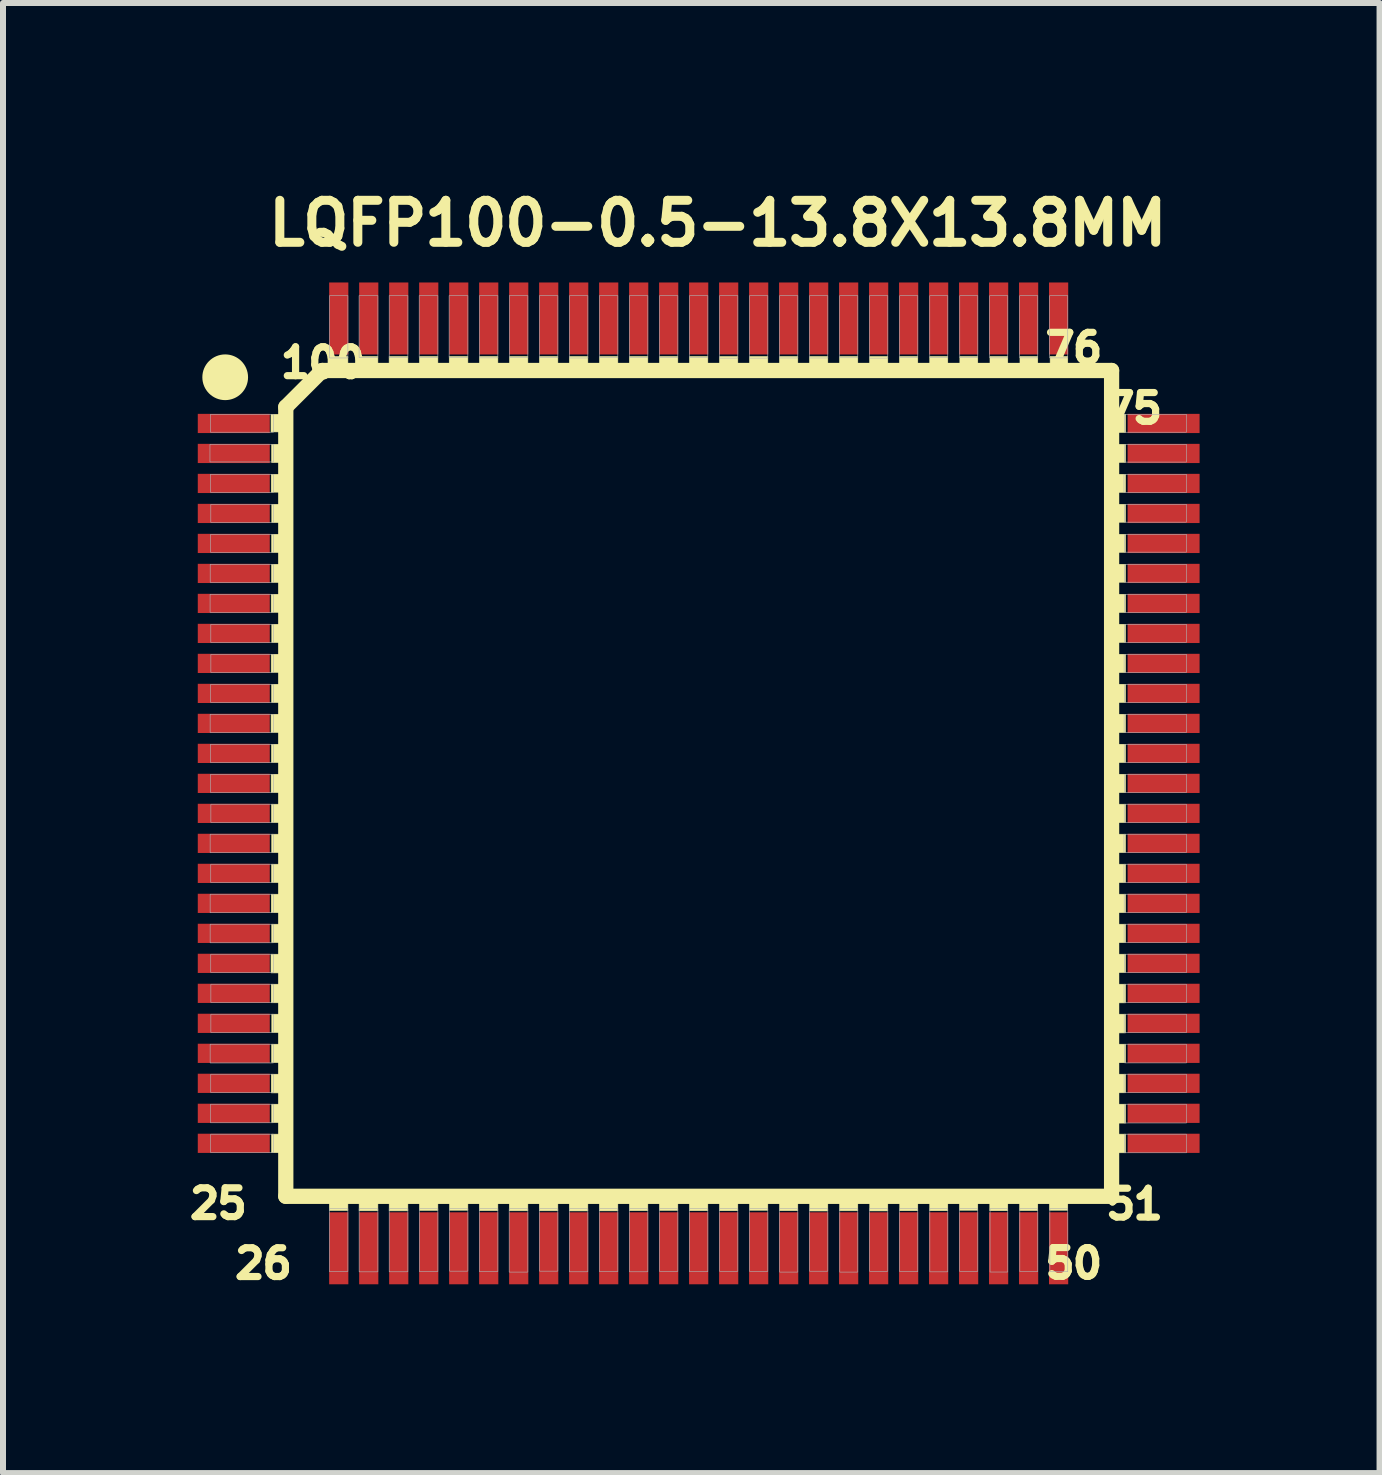
<source format=kicad_pcb>
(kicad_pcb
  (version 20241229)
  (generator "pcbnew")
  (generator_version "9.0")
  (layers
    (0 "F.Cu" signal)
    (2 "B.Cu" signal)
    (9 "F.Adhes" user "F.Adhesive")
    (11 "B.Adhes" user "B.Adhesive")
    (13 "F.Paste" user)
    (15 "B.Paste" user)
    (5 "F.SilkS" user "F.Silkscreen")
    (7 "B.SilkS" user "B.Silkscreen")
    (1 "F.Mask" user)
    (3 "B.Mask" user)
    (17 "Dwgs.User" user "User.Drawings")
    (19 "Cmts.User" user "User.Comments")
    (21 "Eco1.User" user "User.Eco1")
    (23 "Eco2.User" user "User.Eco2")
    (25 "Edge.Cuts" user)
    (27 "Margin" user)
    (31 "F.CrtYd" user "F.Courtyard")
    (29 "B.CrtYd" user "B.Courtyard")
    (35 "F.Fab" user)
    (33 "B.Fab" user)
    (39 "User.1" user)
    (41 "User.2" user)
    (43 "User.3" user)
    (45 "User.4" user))
  (footprint "LQFP100-0.5-13.8X13.8MM"
    (layer "F.Cu")
    (at 8.597 10.009)
    (property "Reference" "LQFP100-0.5-13.8X13.8MM" (at 0.318 -9.336 0) (layer "F.SilkS") (effects (font (size 0.7 0.7) (thickness 0.15))))
    (attr smd)
    (fp_line (start -6.883 -6.274) (end -6.274 -6.883) (stroke (width 0.254) (type solid)) (layer "F.SilkS"))
    (fp_line (start -6.883 6.883) (end -6.883 -6.274) (stroke (width 0.254) (type solid)) (layer "F.SilkS"))
    (fp_line (start -6.274 -6.883) (end 6.883 -6.883) (stroke (width 0.254) (type solid)) (layer "F.SilkS"))
    (fp_line (start 6.883 -6.883) (end 6.883 6.883) (stroke (width 0.254) (type solid)) (layer "F.SilkS"))
    (fp_line (start 6.883 6.883) (end -6.883 6.883) (stroke (width 0.254) (type solid)) (layer "F.SilkS"))
    (fp_circle (center -7.893 -6.77) (end -7.512 -6.77) (stroke (width 0) (type solid)) (fill yes) (layer "F.SilkS"))
    (fp_poly (pts (xy -7.129 2.848) (xy -6.861 2.848) (xy -6.861 3.159) (xy -7.129 3.159)) (stroke (width 0.01) (type solid)) (fill yes) (layer "F.SilkS"))
    (fp_poly (pts (xy -7.129 -6.152) (xy -6.861 -6.152) (xy -6.861 -5.859) (xy -7.129 -5.859)) (stroke (width 0.01) (type solid)) (fill yes) (layer "F.SilkS"))
    (fp_poly (pts (xy -7.128 -1.152) (xy -6.861 -1.152) (xy -6.861 -0.849) (xy -7.128 -0.849)) (stroke (width 0.01) (type solid)) (fill yes) (layer "F.SilkS"))
    (fp_poly (pts (xy -7.127 -0.152) (xy -6.861 -0.152) (xy -6.861 0.153) (xy -7.127 0.153)) (stroke (width 0.01) (type solid)) (fill yes) (layer "F.SilkS"))
    (fp_poly (pts (xy -7.126 -2.152) (xy -6.861 -2.152) (xy -6.861 -1.851) (xy -7.126 -1.851)) (stroke (width 0.01) (type solid)) (fill yes) (layer "F.SilkS"))
    (fp_poly (pts (xy -7.126 -3.152) (xy -6.861 -3.152) (xy -6.861 -2.852) (xy -7.126 -2.852)) (stroke (width 0.01) (type solid)) (fill yes) (layer "F.SilkS"))
    (fp_poly (pts (xy -7.125 -5.152) (xy -6.861 -5.152) (xy -6.861 -4.855) (xy -7.125 -4.855)) (stroke (width 0.01) (type solid)) (fill yes) (layer "F.SilkS"))
    (fp_poly (pts (xy -7.125 3.348) (xy -6.861 3.348) (xy -6.861 3.657) (xy -7.125 3.657)) (stroke (width 0.01) (type solid)) (fill yes) (layer "F.SilkS"))
    (fp_poly (pts (xy -7.124 4.848) (xy -6.861 4.848) (xy -6.861 5.159) (xy -7.124 5.159)) (stroke (width 0.01) (type solid)) (fill yes) (layer "F.SilkS"))
    (fp_poly (pts (xy -7.124 1.848) (xy -6.861 1.848) (xy -6.861 2.155) (xy -7.124 2.155)) (stroke (width 0.01) (type solid)) (fill yes) (layer "F.SilkS"))
    (fp_poly (pts (xy -7.121 -0.652) (xy -6.861 -0.652) (xy -6.861 -0.348) (xy -7.121 -0.348)) (stroke (width 0.01) (type solid)) (fill yes) (layer "F.SilkS"))
    (fp_poly (pts (xy -7.12 0.348) (xy -6.861 0.348) (xy -6.861 0.653) (xy -7.12 0.653)) (stroke (width 0.01) (type solid)) (fill yes) (layer "F.SilkS"))
    (fp_poly (pts (xy -7.119 1.348) (xy -6.861 1.348) (xy -6.861 1.653) (xy -7.119 1.653)) (stroke (width 0.01) (type solid)) (fill yes) (layer "F.SilkS"))
    (fp_poly (pts (xy -7.119 -3.652) (xy -6.861 -3.652) (xy -6.861 -3.35) (xy -7.119 -3.35)) (stroke (width 0.01) (type solid)) (fill yes) (layer "F.SilkS"))
    (fp_poly (pts (xy -7.119 5.848) (xy -6.861 5.848) (xy -6.861 6.156) (xy -7.119 6.156)) (stroke (width 0.01) (type solid)) (fill yes) (layer "F.SilkS"))
    (fp_poly (pts (xy -7.118 -1.652) (xy -6.861 -1.652) (xy -6.861 -1.348) (xy -7.118 -1.348)) (stroke (width 0.01) (type solid)) (fill yes) (layer "F.SilkS"))
    (fp_poly (pts (xy -7.118 -4.152) (xy -6.861 -4.152) (xy -6.861 -3.849) (xy -7.118 -3.849)) (stroke (width 0.01) (type solid)) (fill yes) (layer "F.SilkS"))
    (fp_poly (pts (xy -7.118 4.348) (xy -6.861 4.348) (xy -6.861 4.654) (xy -7.118 4.654)) (stroke (width 0.01) (type solid)) (fill yes) (layer "F.SilkS"))
    (fp_poly (pts (xy -7.118 -5.652) (xy -6.861 -5.652) (xy -6.861 -5.349) (xy -7.118 -5.349)) (stroke (width 0.01) (type solid)) (fill yes) (layer "F.SilkS"))
    (fp_poly (pts (xy -7.117 0.848) (xy -6.861 0.848) (xy -6.861 1.153) (xy -7.117 1.153)) (stroke (width 0.01) (type solid)) (fill yes) (layer "F.SilkS"))
    (fp_poly (pts (xy -7.117 2.348) (xy -6.861 2.348) (xy -6.861 2.653) (xy -7.117 2.653)) (stroke (width 0.01) (type solid)) (fill yes) (layer "F.SilkS"))
    (fp_poly (pts (xy -7.117 5.348) (xy -6.861 5.348) (xy -6.861 5.654) (xy -7.117 5.654)) (stroke (width 0.01) (type solid)) (fill yes) (layer "F.SilkS"))
    (fp_poly (pts (xy -7.116 -2.652) (xy -6.861 -2.652) (xy -6.861 -2.348) (xy -7.116 -2.348)) (stroke (width 0.01) (type solid)) (fill yes) (layer "F.SilkS"))
    (fp_poly (pts (xy -7.116 3.848) (xy -6.861 3.848) (xy -6.861 4.153) (xy -7.116 4.153)) (stroke (width 0.01) (type solid)) (fill yes) (layer "F.SilkS"))
    (fp_poly (pts (xy -7.116 -4.652) (xy -6.861 -4.652) (xy -6.861 -4.348) (xy -7.116 -4.348)) (stroke (width 0.01) (type solid)) (fill yes) (layer "F.SilkS"))
    (fp_poly (pts (xy -6.162 -7.115) (xy -5.848 -7.115) (xy -5.848 -6.872) (xy -6.162 -6.872)) (stroke (width 0.01) (type solid)) (fill yes) (layer "F.SilkS"))
    (fp_poly (pts (xy -6.156 6.861) (xy -5.848 6.861) (xy -5.848 7.119) (xy -6.156 7.119)) (stroke (width 0.01) (type solid)) (fill yes) (layer "F.SilkS"))
    (fp_poly (pts (xy -5.663 -7.115) (xy -5.348 -7.115) (xy -5.348 -6.874) (xy -5.663 -6.874)) (stroke (width 0.01) (type solid)) (fill yes) (layer "F.SilkS"))
    (fp_poly (pts (xy -5.66 6.861) (xy -5.348 6.861) (xy -5.348 7.124) (xy -5.66 7.124)) (stroke (width 0.01) (type solid)) (fill yes) (layer "F.SilkS"))
    (fp_poly (pts (xy -5.16 -7.115) (xy -4.848 -7.115) (xy -4.848 -6.872) (xy -5.16 -6.872)) (stroke (width 0.01) (type solid)) (fill yes) (layer "F.SilkS"))
    (fp_poly (pts (xy -5.159 6.861) (xy -4.848 6.861) (xy -4.848 7.125) (xy -5.159 7.125)) (stroke (width 0.01) (type solid)) (fill yes) (layer "F.SilkS"))
    (fp_poly (pts (xy -4.654 6.861) (xy -4.348 6.861) (xy -4.348 7.117) (xy -4.654 7.117)) (stroke (width 0.01) (type solid)) (fill yes) (layer "F.SilkS"))
    (fp_poly (pts (xy -4.654 -7.115) (xy -4.348 -7.115) (xy -4.348 -6.863) (xy -4.654 -6.863)) (stroke (width 0.01) (type solid)) (fill yes) (layer "F.SilkS"))
    (fp_poly (pts (xy -4.158 -7.115) (xy -3.848 -7.115) (xy -3.848 -6.87) (xy -4.158 -6.87)) (stroke (width 0.01) (type solid)) (fill yes) (layer "F.SilkS"))
    (fp_poly (pts (xy -4.153 6.861) (xy -3.848 6.861) (xy -3.848 7.115) (xy -4.153 7.115)) (stroke (width 0.01) (type solid)) (fill yes) (layer "F.SilkS"))
    (fp_poly (pts (xy -3.656 6.861) (xy -3.348 6.861) (xy -3.348 7.121) (xy -3.656 7.121)) (stroke (width 0.01) (type solid)) (fill yes) (layer "F.SilkS"))
    (fp_poly (pts (xy -3.654 -7.115) (xy -3.348 -7.115) (xy -3.348 -6.864) (xy -3.654 -6.864)) (stroke (width 0.01) (type solid)) (fill yes) (layer "F.SilkS"))
    (fp_poly (pts (xy -3.156 6.861) (xy -2.848 6.861) (xy -2.848 7.124) (xy -3.156 7.124)) (stroke (width 0.01) (type solid)) (fill yes) (layer "F.SilkS"))
    (fp_poly (pts (xy -3.153 -7.115) (xy -2.848 -7.115) (xy -2.848 -6.862) (xy -3.153 -6.862)) (stroke (width 0.01) (type solid)) (fill yes) (layer "F.SilkS"))
    (fp_poly (pts (xy -2.656 6.861) (xy -2.348 6.861) (xy -2.348 7.124) (xy -2.656 7.124)) (stroke (width 0.01) (type solid)) (fill yes) (layer "F.SilkS"))
    (fp_poly (pts (xy -2.654 -7.115) (xy -2.348 -7.115) (xy -2.348 -6.864) (xy -2.654 -6.864)) (stroke (width 0.01) (type solid)) (fill yes) (layer "F.SilkS"))
    (fp_poly (pts (xy -2.156 6.861) (xy -1.848 6.861) (xy -1.848 7.127) (xy -2.156 7.127)) (stroke (width 0.01) (type solid)) (fill yes) (layer "F.SilkS"))
    (fp_poly (pts (xy -2.155 -7.115) (xy -1.848 -7.115) (xy -1.848 -6.871) (xy -2.155 -6.871)) (stroke (width 0.01) (type solid)) (fill yes) (layer "F.SilkS"))
    (fp_poly (pts (xy -1.655 6.861) (xy -1.348 6.861) (xy -1.348 7.126) (xy -1.655 7.126)) (stroke (width 0.01) (type solid)) (fill yes) (layer "F.SilkS"))
    (fp_poly (pts (xy -1.653 -7.115) (xy -1.348 -7.115) (xy -1.348 -6.865) (xy -1.653 -6.865)) (stroke (width 0.01) (type solid)) (fill yes) (layer "F.SilkS"))
    (fp_poly (pts (xy -1.155 -7.115) (xy -0.848 -7.115) (xy -0.848 -6.874) (xy -1.155 -6.874)) (stroke (width 0.01) (type solid)) (fill yes) (layer "F.SilkS"))
    (fp_poly (pts (xy -1.154 6.861) (xy -0.848 6.861) (xy -0.848 7.122) (xy -1.154 7.122)) (stroke (width 0.01) (type solid)) (fill yes) (layer "F.SilkS"))
    (fp_poly (pts (xy -0.653 -7.115) (xy -0.348 -7.115) (xy -0.348 -6.864) (xy -0.653 -6.864)) (stroke (width 0.01) (type solid)) (fill yes) (layer "F.SilkS"))
    (fp_poly (pts (xy -0.653 6.861) (xy -0.348 6.861) (xy -0.348 7.117) (xy -0.653 7.117)) (stroke (width 0.01) (type solid)) (fill yes) (layer "F.SilkS"))
    (fp_poly (pts (xy -0.153 -7.115) (xy 0.152 -7.115) (xy 0.152 -6.873) (xy -0.153 -6.873)) (stroke (width 0.01) (type solid)) (fill yes) (layer "F.SilkS"))
    (fp_poly (pts (xy -0.153 6.861) (xy 0.152 6.861) (xy 0.152 7.122) (xy -0.153 7.122)) (stroke (width 0.01) (type solid)) (fill yes) (layer "F.SilkS"))
    (fp_poly (pts (xy 0.348 6.861) (xy 0.652 6.861) (xy 0.652 7.123) (xy 0.348 7.123)) (stroke (width 0.01) (type solid)) (fill yes) (layer "F.SilkS"))
    (fp_poly (pts (xy 0.348 -7.115) (xy 0.652 -7.115) (xy 0.652 -6.874) (xy 0.348 -6.874)) (stroke (width 0.01) (type solid)) (fill yes) (layer "F.SilkS"))
    (fp_poly (pts (xy 0.848 6.861) (xy 1.152 6.861) (xy 1.152 7.116) (xy 0.848 7.116)) (stroke (width 0.01) (type solid)) (fill yes) (layer "F.SilkS"))
    (fp_poly (pts (xy 0.848 -7.115) (xy 1.152 -7.115) (xy 1.152 -6.864) (xy 0.848 -6.864)) (stroke (width 0.01) (type solid)) (fill yes) (layer "F.SilkS"))
    (fp_poly (pts (xy 1.348 -7.115) (xy 1.652 -7.115) (xy 1.652 -6.862) (xy 1.348 -6.862)) (stroke (width 0.01) (type solid)) (fill yes) (layer "F.SilkS"))
    (fp_poly (pts (xy 1.349 6.861) (xy 1.652 6.861) (xy 1.652 7.122) (xy 1.349 7.122)) (stroke (width 0.01) (type solid)) (fill yes) (layer "F.SilkS"))
    (fp_poly (pts (xy 1.848 -7.115) (xy 2.152 -7.115) (xy 2.152 -6.863) (xy 1.848 -6.863)) (stroke (width 0.01) (type solid)) (fill yes) (layer "F.SilkS"))
    (fp_poly (pts (xy 1.851 6.861) (xy 2.152 6.861) (xy 2.152 7.128) (xy 1.851 7.128)) (stroke (width 0.01) (type solid)) (fill yes) (layer "F.SilkS"))
    (fp_poly (pts (xy 2.349 -7.115) (xy 2.652 -7.115) (xy 2.652 -6.865) (xy 2.349 -6.865)) (stroke (width 0.01) (type solid)) (fill yes) (layer "F.SilkS"))
    (fp_poly (pts (xy 2.35 6.861) (xy 2.652 6.861) (xy 2.652 7.124) (xy 2.35 7.124)) (stroke (width 0.01) (type solid)) (fill yes) (layer "F.SilkS"))
    (fp_poly (pts (xy 2.85 -7.115) (xy 3.152 -7.115) (xy 3.152 -6.867) (xy 2.85 -6.867)) (stroke (width 0.01) (type solid)) (fill yes) (layer "F.SilkS"))
    (fp_poly (pts (xy 2.852 6.861) (xy 3.152 6.861) (xy 3.152 7.127) (xy 2.852 7.127)) (stroke (width 0.01) (type solid)) (fill yes) (layer "F.SilkS"))
    (fp_poly (pts (xy 3.348 -7.115) (xy 3.652 -7.115) (xy 3.652 -6.863) (xy 3.348 -6.863)) (stroke (width 0.01) (type solid)) (fill yes) (layer "F.SilkS"))
    (fp_poly (pts (xy 3.352 6.861) (xy 3.652 6.861) (xy 3.652 7.123) (xy 3.352 7.123)) (stroke (width 0.01) (type solid)) (fill yes) (layer "F.SilkS"))
    (fp_poly (pts (xy 3.852 6.861) (xy 4.152 6.861) (xy 4.152 7.123) (xy 3.852 7.123)) (stroke (width 0.01) (type solid)) (fill yes) (layer "F.SilkS"))
    (fp_poly (pts (xy 3.852 -7.115) (xy 4.152 -7.115) (xy 4.152 -6.869) (xy 3.852 -6.869)) (stroke (width 0.01) (type solid)) (fill yes) (layer "F.SilkS"))
    (fp_poly (pts (xy 4.348 6.861) (xy 4.652 6.861) (xy 4.652 7.115) (xy 4.348 7.115)) (stroke (width 0.01) (type solid)) (fill yes) (layer "F.SilkS"))
    (fp_poly (pts (xy 4.354 -7.115) (xy 4.652 -7.115) (xy 4.652 -6.871) (xy 4.354 -6.871)) (stroke (width 0.01) (type solid)) (fill yes) (layer "F.SilkS"))
    (fp_poly (pts (xy 4.853 6.861) (xy 5.152 6.861) (xy 5.152 7.123) (xy 4.853 7.123)) (stroke (width 0.01) (type solid)) (fill yes) (layer "F.SilkS"))
    (fp_poly (pts (xy 4.856 -7.115) (xy 5.152 -7.115) (xy 5.152 -6.873) (xy 4.856 -6.873)) (stroke (width 0.01) (type solid)) (fill yes) (layer "F.SilkS"))
    (fp_poly (pts (xy 5.351 6.861) (xy 5.652 6.861) (xy 5.652 7.12) (xy 5.351 7.12)) (stroke (width 0.01) (type solid)) (fill yes) (layer "F.SilkS"))
    (fp_poly (pts (xy 5.356 -7.115) (xy 5.652 -7.115) (xy 5.652 -6.872) (xy 5.356 -6.872)) (stroke (width 0.01) (type solid)) (fill yes) (layer "F.SilkS"))
    (fp_poly (pts (xy 5.848 6.861) (xy 6.152 6.861) (xy 6.152 7.115) (xy 5.848 7.115)) (stroke (width 0.01) (type solid)) (fill yes) (layer "F.SilkS"))
    (fp_poly (pts (xy 5.859 -7.115) (xy 6.152 -7.115) (xy 6.152 -6.875) (xy 5.859 -6.875)) (stroke (width 0.01) (type solid)) (fill yes) (layer "F.SilkS"))
    (fp_poly (pts (xy 6.861 -2.152) (xy 7.115 -2.152) (xy 7.115 -1.848) (xy 6.861 -1.848)) (stroke (width 0.01) (type solid)) (fill yes) (layer "F.SilkS"))
    (fp_poly (pts (xy 6.862 1.348) (xy 7.115 1.348) (xy 7.115 1.653) (xy 6.862 1.653)) (stroke (width 0.01) (type solid)) (fill yes) (layer "F.SilkS"))
    (fp_poly (pts (xy 6.863 2.848) (xy 7.115 2.848) (xy 7.115 3.153) (xy 6.863 3.153)) (stroke (width 0.01) (type solid)) (fill yes) (layer "F.SilkS"))
    (fp_poly (pts (xy 6.864 -6.152) (xy 7.115 -6.152) (xy 7.115 -5.85) (xy 6.864 -5.85)) (stroke (width 0.01) (type solid)) (fill yes) (layer "F.SilkS"))
    (fp_poly (pts (xy 6.865 -0.652) (xy 7.115 -0.652) (xy 7.115 -0.348) (xy 6.865 -0.348)) (stroke (width 0.01) (type solid)) (fill yes) (layer "F.SilkS"))
    (fp_poly (pts (xy 6.865 2.348) (xy 7.115 2.348) (xy 7.115 2.654) (xy 6.865 2.654)) (stroke (width 0.01) (type solid)) (fill yes) (layer "F.SilkS"))
    (fp_poly (pts (xy 6.865 -5.652) (xy 7.115 -5.652) (xy 7.115 -5.351) (xy 6.865 -5.351)) (stroke (width 0.01) (type solid)) (fill yes) (layer "F.SilkS"))
    (fp_poly (pts (xy 6.866 4.348) (xy 7.115 4.348) (xy 7.115 4.656) (xy 6.866 4.656)) (stroke (width 0.01) (type solid)) (fill yes) (layer "F.SilkS"))
    (fp_poly (pts (xy 6.866 -3.152) (xy 7.115 -3.152) (xy 7.115 -2.85) (xy 6.866 -2.85)) (stroke (width 0.01) (type solid)) (fill yes) (layer "F.SilkS"))
    (fp_poly (pts (xy 6.866 5.848) (xy 7.115 5.848) (xy 7.115 6.157) (xy 6.866 6.157)) (stroke (width 0.01) (type solid)) (fill yes) (layer "F.SilkS"))
    (fp_poly (pts (xy 6.867 4.848) (xy 7.115 4.848) (xy 7.115 5.157) (xy 6.867 5.157)) (stroke (width 0.01) (type solid)) (fill yes) (layer "F.SilkS"))
    (fp_poly (pts (xy 6.867 0.848) (xy 7.115 0.848) (xy 7.115 1.153) (xy 6.867 1.153)) (stroke (width 0.01) (type solid)) (fill yes) (layer "F.SilkS"))
    (fp_poly (pts (xy 6.867 1.848) (xy 7.115 1.848) (xy 7.115 2.154) (xy 6.867 2.154)) (stroke (width 0.01) (type solid)) (fill yes) (layer "F.SilkS"))
    (fp_poly (pts (xy 6.868 -5.152) (xy 7.115 -5.152) (xy 7.115 -4.852) (xy 6.868 -4.852)) (stroke (width 0.01) (type solid)) (fill yes) (layer "F.SilkS"))
    (fp_poly (pts (xy 6.868 -1.652) (xy 7.115 -1.652) (xy 7.115 -1.349) (xy 6.868 -1.349)) (stroke (width 0.01) (type solid)) (fill yes) (layer "F.SilkS"))
    (fp_poly (pts (xy 6.868 -1.152) (xy 7.115 -1.152) (xy 7.115 -0.848) (xy 6.868 -0.848)) (stroke (width 0.01) (type solid)) (fill yes) (layer "F.SilkS"))
    (fp_poly (pts (xy 6.868 -4.152) (xy 7.115 -4.152) (xy 7.115 -3.852) (xy 6.868 -3.852)) (stroke (width 0.01) (type solid)) (fill yes) (layer "F.SilkS"))
    (fp_poly (pts (xy 6.868 -2.652) (xy 7.115 -2.652) (xy 7.115 -2.35) (xy 6.868 -2.35)) (stroke (width 0.01) (type solid)) (fill yes) (layer "F.SilkS"))
    (fp_poly (pts (xy 6.869 -4.652) (xy 7.115 -4.652) (xy 7.115 -4.353) (xy 6.869 -4.353)) (stroke (width 0.01) (type solid)) (fill yes) (layer "F.SilkS"))
    (fp_poly (pts (xy 6.87 0.348) (xy 7.115 0.348) (xy 7.115 0.653) (xy 6.87 0.653)) (stroke (width 0.01) (type solid)) (fill yes) (layer "F.SilkS"))
    (fp_poly (pts (xy 6.871 -0.152) (xy 7.115 -0.152) (xy 7.115 0.153) (xy 6.871 0.153)) (stroke (width 0.01) (type solid)) (fill yes) (layer "F.SilkS"))
    (fp_poly (pts (xy 6.871 3.348) (xy 7.115 3.348) (xy 7.115 3.658) (xy 6.871 3.658)) (stroke (width 0.01) (type solid)) (fill yes) (layer "F.SilkS"))
    (fp_poly (pts (xy 6.872 -3.652) (xy 7.115 -3.652) (xy 7.115 -3.353) (xy 6.872 -3.353)) (stroke (width 0.01) (type solid)) (fill yes) (layer "F.SilkS"))
    (fp_poly (pts (xy 6.872 3.848) (xy 7.115 3.848) (xy 7.115 4.159) (xy 6.872 4.159)) (stroke (width 0.01) (type solid)) (fill yes) (layer "F.SilkS"))
    (fp_poly (pts (xy 6.874 5.348) (xy 7.115 5.348) (xy 7.115 5.663) (xy 6.874 5.663)) (stroke (width 0.01) (type solid)) (fill yes) (layer "F.SilkS"))
    (fp_poly (pts (xy -8.147 -5.652) (xy -7.09 -5.652) (xy -7.09 -5.358) (xy -8.147 -5.358)) (stroke (width 0.01) (type solid)) (fill no) (layer "F.Fab"))
    (fp_poly (pts (xy -8.145 -3.152) (xy -7.09 -3.152) (xy -7.09 -2.852) (xy -8.145 -2.852)) (stroke (width 0.01) (type solid)) (fill no) (layer "F.Fab"))
    (fp_poly (pts (xy -8.144 1.848) (xy -7.09 1.848) (xy -7.09 2.156) (xy -8.144 2.156)) (stroke (width 0.01) (type solid)) (fill no) (layer "F.Fab"))
    (fp_poly (pts (xy -8.144 2.348) (xy -7.09 2.348) (xy -7.09 2.657) (xy -8.144 2.657)) (stroke (width 0.01) (type solid)) (fill no) (layer "F.Fab"))
    (fp_poly (pts (xy -8.144 0.848) (xy -7.09 0.848) (xy -7.09 1.154) (xy -8.144 1.154)) (stroke (width 0.01) (type solid)) (fill no) (layer "F.Fab"))
    (fp_poly (pts (xy -8.144 4.348) (xy -7.09 4.348) (xy -7.09 4.66) (xy -8.144 4.66)) (stroke (width 0.01) (type solid)) (fill no) (layer "F.Fab"))
    (fp_poly (pts (xy -8.144 -1.152) (xy -7.09 -1.152) (xy -7.09 -0.849) (xy -8.144 -0.849)) (stroke (width 0.01) (type solid)) (fill no) (layer "F.Fab"))
    (fp_poly (pts (xy -8.143 -3.652) (xy -7.09 -3.652) (xy -7.09 -3.352) (xy -8.143 -3.352)) (stroke (width 0.01) (type solid)) (fill no) (layer "F.Fab"))
    (fp_poly (pts (xy -8.139 -6.152) (xy -7.09 -6.152) (xy -7.09 -5.854) (xy -8.139 -5.854)) (stroke (width 0.01) (type solid)) (fill no) (layer "F.Fab"))
    (fp_poly (pts (xy -8.139 -5.152) (xy -7.09 -5.152) (xy -7.09 -4.852) (xy -8.139 -4.852)) (stroke (width 0.01) (type solid)) (fill no) (layer "F.Fab"))
    (fp_poly (pts (xy -8.139 -0.652) (xy -7.09 -0.652) (xy -7.09 -0.348) (xy -8.139 -0.348)) (stroke (width 0.01) (type solid)) (fill no) (layer "F.Fab"))
    (fp_poly (pts (xy -8.138 5.348) (xy -7.09 5.348) (xy -7.09 5.657) (xy -8.138 5.657)) (stroke (width 0.01) (type solid)) (fill no) (layer "F.Fab"))
    (fp_poly (pts (xy -8.137 -0.152) (xy -7.09 -0.152) (xy -7.09 0.153) (xy -8.137 0.153)) (stroke (width 0.01) (type solid)) (fill no) (layer "F.Fab"))
    (fp_poly (pts (xy -8.136 -4.152) (xy -7.09 -4.152) (xy -7.09 -3.85) (xy -8.136 -3.85)) (stroke (width 0.01) (type solid)) (fill no) (layer "F.Fab"))
    (fp_poly (pts (xy -8.135 -1.652) (xy -7.09 -1.652) (xy -7.09 -1.348) (xy -8.135 -1.348)) (stroke (width 0.01) (type solid)) (fill no) (layer "F.Fab"))
    (fp_poly (pts (xy -8.135 5.848) (xy -7.09 5.848) (xy -7.09 6.155) (xy -8.135 6.155)) (stroke (width 0.01) (type solid)) (fill no) (layer "F.Fab"))
    (fp_poly (pts (xy -8.134 1.348) (xy -7.09 1.348) (xy -7.09 1.653) (xy -8.134 1.653)) (stroke (width 0.01) (type solid)) (fill no) (layer "F.Fab"))
    (fp_poly (pts (xy -8.134 4.848) (xy -7.09 4.848) (xy -7.09 5.154) (xy -8.134 5.154)) (stroke (width 0.01) (type solid)) (fill no) (layer "F.Fab"))
    (fp_poly (pts (xy -8.134 2.848) (xy -7.09 2.848) (xy -7.09 3.153) (xy -8.134 3.153)) (stroke (width 0.01) (type solid)) (fill no) (layer "F.Fab"))
    (fp_poly (pts (xy -8.133 -2.652) (xy -7.09 -2.652) (xy -7.09 -2.348) (xy -8.133 -2.348)) (stroke (width 0.01) (type solid)) (fill no) (layer "F.Fab"))
    (fp_poly (pts (xy -8.133 -4.652) (xy -7.09 -4.652) (xy -7.09 -4.349) (xy -8.133 -4.349)) (stroke (width 0.01) (type solid)) (fill no) (layer "F.Fab"))
    (fp_poly (pts (xy -8.132 3.348) (xy -7.09 3.348) (xy -7.09 3.653) (xy -8.132 3.653)) (stroke (width 0.01) (type solid)) (fill no) (layer "F.Fab"))
    (fp_poly (pts (xy -8.132 3.848) (xy -7.09 3.848) (xy -7.09 4.153) (xy -8.132 4.153)) (stroke (width 0.01) (type solid)) (fill no) (layer "F.Fab"))
    (fp_poly (pts (xy -8.132 0.348) (xy -7.09 0.348) (xy -7.09 0.652) (xy -8.132 0.652)) (stroke (width 0.01) (type solid)) (fill no) (layer "F.Fab"))
    (fp_poly (pts (xy -8.132 -2.152) (xy -7.09 -2.152) (xy -7.09 -1.848) (xy -8.132 -1.848)) (stroke (width 0.01) (type solid)) (fill no) (layer "F.Fab"))
    (fp_poly (pts (xy -6.157 7.09) (xy -5.848 7.09) (xy -5.848 8.137) (xy -6.157 8.137)) (stroke (width 0.01) (type solid)) (fill no) (layer "F.Fab"))
    (fp_poly (pts (xy -6.154 -8.131) (xy -5.848 -8.131) (xy -5.848 -7.092) (xy -6.154 -7.092)) (stroke (width 0.01) (type solid)) (fill no) (layer "F.Fab"))
    (fp_poly (pts (xy -5.661 -8.131) (xy -5.348 -8.131) (xy -5.348 -7.101) (xy -5.661 -7.101)) (stroke (width 0.01) (type solid)) (fill no) (layer "F.Fab"))
    (fp_poly (pts (xy -5.66 7.09) (xy -5.348 7.09) (xy -5.348 8.142) (xy -5.66 8.142)) (stroke (width 0.01) (type solid)) (fill no) (layer "F.Fab"))
    (fp_poly (pts (xy -5.159 -8.131) (xy -4.848 -8.131) (xy -4.848 -7.099) (xy -5.159 -7.099)) (stroke (width 0.01) (type solid)) (fill no) (layer "F.Fab"))
    (fp_poly (pts (xy -5.159 7.09) (xy -4.848 7.09) (xy -4.848 8.141) (xy -5.159 8.141)) (stroke (width 0.01) (type solid)) (fill no) (layer "F.Fab"))
    (fp_poly (pts (xy -4.659 -8.131) (xy -4.348 -8.131) (xy -4.348 -7.1) (xy -4.659 -7.1)) (stroke (width 0.01) (type solid)) (fill no) (layer "F.Fab"))
    (fp_poly (pts (xy -4.656 7.09) (xy -4.348 7.09) (xy -4.348 8.138) (xy -4.656 8.138)) (stroke (width 0.01) (type solid)) (fill no) (layer "F.Fab"))
    (fp_poly (pts (xy -4.16 -8.131) (xy -3.848 -8.131) (xy -3.848 -7.102) (xy -4.16 -7.102)) (stroke (width 0.01) (type solid)) (fill no) (layer "F.Fab"))
    (fp_poly (pts (xy -4.152 7.09) (xy -3.848 7.09) (xy -3.848 8.131) (xy -4.152 8.131)) (stroke (width 0.01) (type solid)) (fill no) (layer "F.Fab"))
    (fp_poly (pts (xy -3.656 7.09) (xy -3.348 7.09) (xy -3.348 8.138) (xy -3.656 8.138)) (stroke (width 0.01) (type solid)) (fill no) (layer "F.Fab"))
    (fp_poly (pts (xy -3.655 -8.131) (xy -3.348 -8.131) (xy -3.348 -7.094) (xy -3.655 -7.094)) (stroke (width 0.01) (type solid)) (fill no) (layer "F.Fab"))
    (fp_poly (pts (xy -3.159 7.09) (xy -2.848 7.09) (xy -2.848 8.147) (xy -3.159 8.147)) (stroke (width 0.01) (type solid)) (fill no) (layer "F.Fab"))
    (fp_poly (pts (xy -3.157 -8.131) (xy -2.848 -8.131) (xy -2.848 -7.099) (xy -3.157 -7.099)) (stroke (width 0.01) (type solid)) (fill no) (layer "F.Fab"))
    (fp_poly (pts (xy -2.655 -8.131) (xy -2.348 -8.131) (xy -2.348 -7.096) (xy -2.655 -7.096)) (stroke (width 0.01) (type solid)) (fill no) (layer "F.Fab"))
    (fp_poly (pts (xy -2.653 7.09) (xy -2.348 7.09) (xy -2.348 8.131) (xy -2.653 8.131)) (stroke (width 0.01) (type solid)) (fill no) (layer "F.Fab"))
    (fp_poly (pts (xy -2.155 7.09) (xy -1.848 7.09) (xy -1.848 8.141) (xy -2.155 8.141)) (stroke (width 0.01) (type solid)) (fill no) (layer "F.Fab"))
    (fp_poly (pts (xy -2.153 -8.131) (xy -1.848 -8.131) (xy -1.848 -7.092) (xy -2.153 -7.092)) (stroke (width 0.01) (type solid)) (fill no) (layer "F.Fab"))
    (fp_poly (pts (xy -1.655 -8.131) (xy -1.348 -8.131) (xy -1.348 -7.099) (xy -1.655 -7.099)) (stroke (width 0.01) (type solid)) (fill no) (layer "F.Fab"))
    (fp_poly (pts (xy -1.654 7.09) (xy -1.348 7.09) (xy -1.348 8.139) (xy -1.654 8.139)) (stroke (width 0.01) (type solid)) (fill no) (layer "F.Fab"))
    (fp_poly (pts (xy -1.154 -8.131) (xy -0.848 -8.131) (xy -0.848 -7.102) (xy -1.154 -7.102)) (stroke (width 0.01) (type solid)) (fill no) (layer "F.Fab"))
    (fp_poly (pts (xy -1.154 7.09) (xy -0.848 7.09) (xy -0.848 8.141) (xy -1.154 8.141)) (stroke (width 0.01) (type solid)) (fill no) (layer "F.Fab"))
    (fp_poly (pts (xy -0.653 -8.131) (xy -0.348 -8.131) (xy -0.348 -7.1) (xy -0.653 -7.1)) (stroke (width 0.01) (type solid)) (fill no) (layer "F.Fab"))
    (fp_poly (pts (xy -0.653 7.09) (xy -0.348 7.09) (xy -0.348 8.136) (xy -0.653 8.136)) (stroke (width 0.01) (type solid)) (fill no) (layer "F.Fab"))
    (fp_poly (pts (xy -0.153 -8.131) (xy 0.152 -8.131) (xy 0.152 -7.103) (xy -0.153 -7.103)) (stroke (width 0.01) (type solid)) (fill no) (layer "F.Fab"))
    (fp_poly (pts (xy -0.153 7.09) (xy 0.152 7.09) (xy 0.152 8.14) (xy -0.153 8.14)) (stroke (width 0.01) (type solid)) (fill no) (layer "F.Fab"))
    (fp_poly (pts (xy 0.348 -8.131) (xy 0.652 -8.131) (xy 0.652 -7.09) (xy 0.348 -7.09)) (stroke (width 0.01) (type solid)) (fill no) (layer "F.Fab"))
    (fp_poly (pts (xy 0.348 7.09) (xy 0.652 7.09) (xy 0.652 8.135) (xy 0.348 8.135)) (stroke (width 0.01) (type solid)) (fill no) (layer "F.Fab"))
    (fp_poly (pts (xy 0.848 -8.131) (xy 1.152 -8.131) (xy 1.152 -7.09) (xy 0.848 -7.09)) (stroke (width 0.01) (type solid)) (fill no) (layer "F.Fab"))
    (fp_poly (pts (xy 0.848 7.09) (xy 1.152 7.09) (xy 1.152 8.136) (xy 0.848 8.136)) (stroke (width 0.01) (type solid)) (fill no) (layer "F.Fab"))
    (fp_poly (pts (xy 1.348 -8.131) (xy 1.652 -8.131) (xy 1.652 -7.092) (xy 1.348 -7.092)) (stroke (width 0.01) (type solid)) (fill no) (layer "F.Fab"))
    (fp_poly (pts (xy 1.35 7.09) (xy 1.652 7.09) (xy 1.652 8.147) (xy 1.35 8.147)) (stroke (width 0.01) (type solid)) (fill no) (layer "F.Fab"))
    (fp_poly (pts (xy 1.848 7.09) (xy 2.152 7.09) (xy 2.152 8.132) (xy 1.848 8.132)) (stroke (width 0.01) (type solid)) (fill no) (layer "F.Fab"))
    (fp_poly (pts (xy 1.848 -8.131) (xy 2.152 -8.131) (xy 2.152 -7.092) (xy 1.848 -7.092)) (stroke (width 0.01) (type solid)) (fill no) (layer "F.Fab"))
    (fp_poly (pts (xy 2.349 -8.131) (xy 2.652 -8.131) (xy 2.652 -7.095) (xy 2.349 -7.095)) (stroke (width 0.01) (type solid)) (fill no) (layer "F.Fab"))
    (fp_poly (pts (xy 2.352 7.09) (xy 2.652 7.09) (xy 2.652 8.147) (xy 2.352 8.147)) (stroke (width 0.01) (type solid)) (fill no) (layer "F.Fab"))
    (fp_poly (pts (xy 2.848 -8.131) (xy 3.152 -8.131) (xy 3.152 -7.09) (xy 2.848 -7.09)) (stroke (width 0.01) (type solid)) (fill no) (layer "F.Fab"))
    (fp_poly (pts (xy 2.848 7.09) (xy 3.152 7.09) (xy 3.152 8.133) (xy 2.848 8.133)) (stroke (width 0.01) (type solid)) (fill no) (layer "F.Fab"))
    (fp_poly (pts (xy 3.351 -8.131) (xy 3.652 -8.131) (xy 3.652 -7.098) (xy 3.351 -7.098)) (stroke (width 0.01) (type solid)) (fill no) (layer "F.Fab"))
    (fp_poly (pts (xy 3.351 7.09) (xy 3.652 7.09) (xy 3.652 8.14) (xy 3.351 8.14)) (stroke (width 0.01) (type solid)) (fill no) (layer "F.Fab"))
    (fp_poly (pts (xy 3.852 -8.131) (xy 4.152 -8.131) (xy 4.152 -7.098) (xy 3.852 -7.098)) (stroke (width 0.01) (type solid)) (fill no) (layer "F.Fab"))
    (fp_poly (pts (xy 3.853 7.09) (xy 4.152 7.09) (xy 4.152 8.142) (xy 3.853 8.142)) (stroke (width 0.01) (type solid)) (fill no) (layer "F.Fab"))
    (fp_poly (pts (xy 4.35 7.09) (xy 4.652 7.09) (xy 4.652 8.136) (xy 4.35 8.136)) (stroke (width 0.01) (type solid)) (fill no) (layer "F.Fab"))
    (fp_poly (pts (xy 4.352 -8.131) (xy 4.652 -8.131) (xy 4.652 -7.096) (xy 4.352 -7.096)) (stroke (width 0.01) (type solid)) (fill no) (layer "F.Fab"))
    (fp_poly (pts (xy 4.851 -8.131) (xy 5.152 -8.131) (xy 5.152 -7.094) (xy 4.851 -7.094)) (stroke (width 0.01) (type solid)) (fill no) (layer "F.Fab"))
    (fp_poly (pts (xy 4.857 7.09) (xy 5.152 7.09) (xy 5.152 8.146) (xy 4.857 8.146)) (stroke (width 0.01) (type solid)) (fill no) (layer "F.Fab"))
    (fp_poly (pts (xy 5.351 -8.131) (xy 5.652 -8.131) (xy 5.652 -7.094) (xy 5.351 -7.094)) (stroke (width 0.01) (type solid)) (fill no) (layer "F.Fab"))
    (fp_poly (pts (xy 5.353 7.09) (xy 5.652 7.09) (xy 5.652 8.139) (xy 5.353 8.139)) (stroke (width 0.01) (type solid)) (fill no) (layer "F.Fab"))
    (fp_poly (pts (xy 5.85 -8.131) (xy 6.152 -8.131) (xy 6.152 -7.093) (xy 5.85 -7.093)) (stroke (width 0.01) (type solid)) (fill no) (layer "F.Fab"))
    (fp_poly (pts (xy 5.854 7.09) (xy 6.152 7.09) (xy 6.152 8.14) (xy 5.854 8.14)) (stroke (width 0.01) (type solid)) (fill no) (layer "F.Fab"))
    (fp_poly (pts (xy 7.09 0.848) (xy 8.131 0.848) (xy 8.131 1.152) (xy 7.09 1.152)) (stroke (width 0.01) (type solid)) (fill no) (layer "F.Fab"))
    (fp_poly (pts (xy 7.09 -5.152) (xy 8.131 -5.152) (xy 8.131 -4.848) (xy 7.09 -4.848)) (stroke (width 0.01) (type solid)) (fill no) (layer "F.Fab"))
    (fp_poly (pts (xy 7.09 1.348) (xy 8.131 1.348) (xy 8.131 1.653) (xy 7.09 1.653)) (stroke (width 0.01) (type solid)) (fill no) (layer "F.Fab"))
    (fp_poly (pts (xy 7.091 3.348) (xy 8.131 3.348) (xy 8.131 3.653) (xy 7.091 3.653)) (stroke (width 0.01) (type solid)) (fill no) (layer "F.Fab"))
    (fp_poly (pts (xy 7.092 -1.152) (xy 8.131 -1.152) (xy 8.131 -0.848) (xy 7.092 -0.848)) (stroke (width 0.01) (type solid)) (fill no) (layer "F.Fab"))
    (fp_poly (pts (xy 7.092 -2.152) (xy 8.131 -2.152) (xy 8.131 -1.848) (xy 7.092 -1.848)) (stroke (width 0.01) (type solid)) (fill no) (layer "F.Fab"))
    (fp_poly (pts (xy 7.092 2.348) (xy 8.131 2.348) (xy 8.131 2.653) (xy 7.092 2.653)) (stroke (width 0.01) (type solid)) (fill no) (layer "F.Fab"))
    (fp_poly (pts (xy 7.092 4.848) (xy 8.131 4.848) (xy 8.131 5.154) (xy 7.092 5.154)) (stroke (width 0.01) (type solid)) (fill no) (layer "F.Fab"))
    (fp_poly (pts (xy 7.093 3.848) (xy 8.131 3.848) (xy 8.131 4.154) (xy 7.093 4.154)) (stroke (width 0.01) (type solid)) (fill no) (layer "F.Fab"))
    (fp_poly (pts (xy 7.093 1.848) (xy 8.131 1.848) (xy 8.131 2.153) (xy 7.093 2.153)) (stroke (width 0.01) (type solid)) (fill no) (layer "F.Fab"))
    (fp_poly (pts (xy 7.094 0.348) (xy 8.131 0.348) (xy 8.131 0.653) (xy 7.094 0.653)) (stroke (width 0.01) (type solid)) (fill no) (layer "F.Fab"))
    (fp_poly (pts (xy 7.094 -0.652) (xy 8.131 -0.652) (xy 8.131 -0.348) (xy 7.094 -0.348)) (stroke (width 0.01) (type solid)) (fill no) (layer "F.Fab"))
    (fp_poly (pts (xy 7.096 -3.152) (xy 8.131 -3.152) (xy 8.131 -2.85) (xy 7.096 -2.85)) (stroke (width 0.01) (type solid)) (fill no) (layer "F.Fab"))
    (fp_poly (pts (xy 7.096 2.848) (xy 8.131 2.848) (xy 8.131 3.155) (xy 7.096 3.155)) (stroke (width 0.01) (type solid)) (fill no) (layer "F.Fab"))
    (fp_poly (pts (xy 7.096 -2.652) (xy 8.131 -2.652) (xy 8.131 -2.35) (xy 7.096 -2.35)) (stroke (width 0.01) (type solid)) (fill no) (layer "F.Fab"))
    (fp_poly (pts (xy 7.096 5.848) (xy 8.131 5.848) (xy 8.131 6.158) (xy 7.096 6.158)) (stroke (width 0.01) (type solid)) (fill no) (layer "F.Fab"))
    (fp_poly (pts (xy 7.097 -6.152) (xy 8.131 -6.152) (xy 8.131 -5.854) (xy 7.097 -5.854)) (stroke (width 0.01) (type solid)) (fill no) (layer "F.Fab"))
    (fp_poly (pts (xy 7.1 4.348) (xy 8.131 4.348) (xy 8.131 4.659) (xy 7.1 4.659)) (stroke (width 0.01) (type solid)) (fill no) (layer "F.Fab"))
    (fp_poly (pts (xy 7.1 -1.652) (xy 8.131 -1.652) (xy 8.131 -1.35) (xy 7.1 -1.35)) (stroke (width 0.01) (type solid)) (fill no) (layer "F.Fab"))
    (fp_poly (pts (xy 7.1 -0.152) (xy 8.131 -0.152) (xy 8.131 0.153) (xy 7.1 0.153)) (stroke (width 0.01) (type solid)) (fill no) (layer "F.Fab"))
    (fp_poly (pts (xy 7.1 -5.652) (xy 8.131 -5.652) (xy 8.131 -5.356) (xy 7.1 -5.356)) (stroke (width 0.01) (type solid)) (fill no) (layer "F.Fab"))
    (fp_poly (pts (xy 7.101 5.348) (xy 8.131 5.348) (xy 8.131 5.661) (xy 7.101 5.661)) (stroke (width 0.01) (type solid)) (fill no) (layer "F.Fab"))
    (fp_poly (pts (xy 7.101 -4.152) (xy 8.131 -4.152) (xy 8.131 -3.854) (xy 7.101 -3.854)) (stroke (width 0.01) (type solid)) (fill no) (layer "F.Fab"))
    (fp_poly (pts (xy 7.102 -3.652) (xy 8.131 -3.652) (xy 8.131 -3.353) (xy 7.102 -3.353)) (stroke (width 0.01) (type solid)) (fill no) (layer "F.Fab"))
    (fp_poly (pts (xy 7.102 -4.652) (xy 8.131 -4.652) (xy 8.131 -4.355) (xy 7.102 -4.355)) (stroke (width 0.01) (type solid)) (fill no) (layer "F.Fab"))
    (fp_text user "75" (at 7.251 -6.251 0) (layer "F.SilkS") (effects (font (size 0.48 0.48) (thickness 0.15))))
    (fp_text user "76" (at 6.254 -7.255 0) (layer "F.SilkS") (effects (font (size 0.48 0.48) (thickness 0.15))))
    (fp_text user "100" (at -6.262 -7.013 0) (layer "F.SilkS") (effects (font (size 0.481 0.481) (thickness 0.15))))
    (fp_text user "50" (at 6.252 8.002 0) (layer "F.SilkS") (effects (font (size 0.48 0.48) (thickness 0.15))))
    (fp_text user "51" (at 7.264 7.013 0) (layer "F.SilkS") (effects (font (size 0.481 0.481) (thickness 0.15))))
    (fp_text user "25" (at -8.007 7.006 0) (layer "F.SilkS") (effects (font (size 0.48 0.48) (thickness 0.15))))
    (fp_text user "26" (at -7.255 8.005 0) (layer "F.SilkS") (effects (font (size 0.48 0.48) (thickness 0.15))))
    (pad "1" smd rect (at -7.75 -6) (size 1.2 0.32) (layers "F.Cu" "F.Mask" "F.Paste"))
    (pad "2" smd rect (at -7.75 -5.5) (size 1.2 0.32) (layers "F.Cu" "F.Mask" "F.Paste"))
    (pad "3" smd rect (at -7.75 -5) (size 1.2 0.32) (layers "F.Cu" "F.Mask" "F.Paste"))
    (pad "4" smd rect (at -7.75 -4.5) (size 1.2 0.32) (layers "F.Cu" "F.Mask" "F.Paste"))
    (pad "5" smd rect (at -7.75 -4) (size 1.2 0.32) (layers "F.Cu" "F.Mask" "F.Paste"))
    (pad "6" smd rect (at -7.75 -3.5) (size 1.2 0.32) (layers "F.Cu" "F.Mask" "F.Paste"))
    (pad "7" smd rect (at -7.75 -3) (size 1.2 0.32) (layers "F.Cu" "F.Mask" "F.Paste"))
    (pad "8" smd rect (at -7.75 -2.5) (size 1.2 0.32) (layers "F.Cu" "F.Mask" "F.Paste"))
    (pad "9" smd rect (at -7.75 -2) (size 1.2 0.32) (layers "F.Cu" "F.Mask" "F.Paste"))
    (pad "10" smd rect (at -7.75 -1.5) (size 1.2 0.32) (layers "F.Cu" "F.Mask" "F.Paste"))
    (pad "11" smd rect (at -7.75 -1) (size 1.2 0.32) (layers "F.Cu" "F.Mask" "F.Paste"))
    (pad "12" smd rect (at -7.75 -0.5) (size 1.2 0.32) (layers "F.Cu" "F.Mask" "F.Paste"))
    (pad "13" smd rect (at -7.75 0) (size 1.2 0.32) (layers "F.Cu" "F.Mask" "F.Paste"))
    (pad "14" smd rect (at -7.75 0.5) (size 1.2 0.32) (layers "F.Cu" "F.Mask" "F.Paste"))
    (pad "15" smd rect (at -7.75 1) (size 1.2 0.32) (layers "F.Cu" "F.Mask" "F.Paste"))
    (pad "16" smd rect (at -7.75 1.5) (size 1.2 0.32) (layers "F.Cu" "F.Mask" "F.Paste"))
    (pad "17" smd rect (at -7.75 2) (size 1.2 0.32) (layers "F.Cu" "F.Mask" "F.Paste"))
    (pad "18" smd rect (at -7.75 2.5) (size 1.2 0.32) (layers "F.Cu" "F.Mask" "F.Paste"))
    (pad "19" smd rect (at -7.75 3) (size 1.2 0.32) (layers "F.Cu" "F.Mask" "F.Paste"))
    (pad "20" smd rect (at -7.75 3.5) (size 1.2 0.32) (layers "F.Cu" "F.Mask" "F.Paste"))
    (pad "21" smd rect (at -7.75 4) (size 1.2 0.32) (layers "F.Cu" "F.Mask" "F.Paste"))
    (pad "22" smd rect (at -7.75 4.5) (size 1.2 0.32) (layers "F.Cu" "F.Mask" "F.Paste"))
    (pad "23" smd rect (at -7.75 5) (size 1.2 0.32) (layers "F.Cu" "F.Mask" "F.Paste"))
    (pad "24" smd rect (at -7.75 5.5) (size 1.2 0.32) (layers "F.Cu" "F.Mask" "F.Paste"))
    (pad "25" smd rect (at -7.75 6) (size 1.2 0.32) (layers "F.Cu" "F.Mask" "F.Paste"))
    (pad "26" smd rect (at -6 7.75) (size 0.32 1.2) (layers "F.Cu" "F.Mask" "F.Paste"))
    (pad "27" smd rect (at -5.5 7.75) (size 0.32 1.2) (layers "F.Cu" "F.Mask" "F.Paste"))
    (pad "28" smd rect (at -5 7.75) (size 0.32 1.2) (layers "F.Cu" "F.Mask" "F.Paste"))
    (pad "29" smd rect (at -4.5 7.75) (size 0.32 1.2) (layers "F.Cu" "F.Mask" "F.Paste"))
    (pad "30" smd rect (at -4 7.75) (size 0.32 1.2) (layers "F.Cu" "F.Mask" "F.Paste"))
    (pad "31" smd rect (at -3.5 7.75) (size 0.32 1.2) (layers "F.Cu" "F.Mask" "F.Paste"))
    (pad "32" smd rect (at -3 7.75) (size 0.32 1.2) (layers "F.Cu" "F.Mask" "F.Paste"))
    (pad "33" smd rect (at -2.5 7.75) (size 0.32 1.2) (layers "F.Cu" "F.Mask" "F.Paste"))
    (pad "34" smd rect (at -2 7.75) (size 0.32 1.2) (layers "F.Cu" "F.Mask" "F.Paste"))
    (pad "35" smd rect (at -1.5 7.75) (size 0.32 1.2) (layers "F.Cu" "F.Mask" "F.Paste"))
    (pad "36" smd rect (at -1 7.75) (size 0.32 1.2) (layers "F.Cu" "F.Mask" "F.Paste"))
    (pad "37" smd rect (at -0.5 7.75) (size 0.32 1.2) (layers "F.Cu" "F.Mask" "F.Paste"))
    (pad "38" smd rect (at 0 7.75) (size 0.32 1.2) (layers "F.Cu" "F.Mask" "F.Paste"))
    (pad "39" smd rect (at 0.5 7.75) (size 0.32 1.2) (layers "F.Cu" "F.Mask" "F.Paste"))
    (pad "40" smd rect (at 1 7.75) (size 0.32 1.2) (layers "F.Cu" "F.Mask" "F.Paste"))
    (pad "41" smd rect (at 1.5 7.75) (size 0.32 1.2) (layers "F.Cu" "F.Mask" "F.Paste"))
    (pad "42" smd rect (at 2 7.75) (size 0.32 1.2) (layers "F.Cu" "F.Mask" "F.Paste"))
    (pad "43" smd rect (at 2.5 7.75) (size 0.32 1.2) (layers "F.Cu" "F.Mask" "F.Paste"))
    (pad "44" smd rect (at 3 7.75) (size 0.32 1.2) (layers "F.Cu" "F.Mask" "F.Paste"))
    (pad "45" smd rect (at 3.5 7.75) (size 0.32 1.2) (layers "F.Cu" "F.Mask" "F.Paste"))
    (pad "46" smd rect (at 4 7.75) (size 0.32 1.2) (layers "F.Cu" "F.Mask" "F.Paste"))
    (pad "47" smd rect (at 4.5 7.75) (size 0.32 1.2) (layers "F.Cu" "F.Mask" "F.Paste"))
    (pad "48" smd rect (at 5 7.75) (size 0.32 1.2) (layers "F.Cu" "F.Mask" "F.Paste"))
    (pad "49" smd rect (at 5.5 7.75) (size 0.32 1.2) (layers "F.Cu" "F.Mask" "F.Paste"))
    (pad "50" smd rect (at 6 7.75) (size 0.32 1.2) (layers "F.Cu" "F.Mask" "F.Paste"))
    (pad "51" smd rect (at 7.75 6) (size 1.2 0.32) (layers "F.Cu" "F.Mask" "F.Paste"))
    (pad "52" smd rect (at 7.75 5.5) (size 1.2 0.32) (layers "F.Cu" "F.Mask" "F.Paste"))
    (pad "53" smd rect (at 7.75 5) (size 1.2 0.32) (layers "F.Cu" "F.Mask" "F.Paste"))
    (pad "54" smd rect (at 7.75 4.5) (size 1.2 0.32) (layers "F.Cu" "F.Mask" "F.Paste"))
    (pad "55" smd rect (at 7.75 4) (size 1.2 0.32) (layers "F.Cu" "F.Mask" "F.Paste"))
    (pad "56" smd rect (at 7.75 3.5) (size 1.2 0.32) (layers "F.Cu" "F.Mask" "F.Paste"))
    (pad "57" smd rect (at 7.75 3) (size 1.2 0.32) (layers "F.Cu" "F.Mask" "F.Paste"))
    (pad "58" smd rect (at 7.75 2.5) (size 1.2 0.32) (layers "F.Cu" "F.Mask" "F.Paste"))
    (pad "59" smd rect (at 7.75 2) (size 1.2 0.32) (layers "F.Cu" "F.Mask" "F.Paste"))
    (pad "60" smd rect (at 7.75 1.5) (size 1.2 0.32) (layers "F.Cu" "F.Mask" "F.Paste"))
    (pad "61" smd rect (at 7.75 1) (size 1.2 0.32) (layers "F.Cu" "F.Mask" "F.Paste"))
    (pad "62" smd rect (at 7.75 0.5) (size 1.2 0.32) (layers "F.Cu" "F.Mask" "F.Paste"))
    (pad "63" smd rect (at 7.75 0) (size 1.2 0.32) (layers "F.Cu" "F.Mask" "F.Paste"))
    (pad "64" smd rect (at 7.75 -0.5) (size 1.2 0.32) (layers "F.Cu" "F.Mask" "F.Paste"))
    (pad "65" smd rect (at 7.75 -1) (size 1.2 0.32) (layers "F.Cu" "F.Mask" "F.Paste"))
    (pad "66" smd rect (at 7.75 -1.5) (size 1.2 0.32) (layers "F.Cu" "F.Mask" "F.Paste"))
    (pad "67" smd rect (at 7.75 -2) (size 1.2 0.32) (layers "F.Cu" "F.Mask" "F.Paste"))
    (pad "68" smd rect (at 7.75 -2.5) (size 1.2 0.32) (layers "F.Cu" "F.Mask" "F.Paste"))
    (pad "69" smd rect (at 7.75 -3) (size 1.2 0.32) (layers "F.Cu" "F.Mask" "F.Paste"))
    (pad "70" smd rect (at 7.75 -3.5) (size 1.2 0.32) (layers "F.Cu" "F.Mask" "F.Paste"))
    (pad "71" smd rect (at 7.75 -4) (size 1.2 0.32) (layers "F.Cu" "F.Mask" "F.Paste"))
    (pad "72" smd rect (at 7.75 -4.5) (size 1.2 0.32) (layers "F.Cu" "F.Mask" "F.Paste"))
    (pad "73" smd rect (at 7.75 -5) (size 1.2 0.32) (layers "F.Cu" "F.Mask" "F.Paste"))
    (pad "74" smd rect (at 7.75 -5.5) (size 1.2 0.32) (layers "F.Cu" "F.Mask" "F.Paste"))
    (pad "75" smd rect (at 7.75 -6) (size 1.2 0.32) (layers "F.Cu" "F.Mask" "F.Paste"))
    (pad "76" smd rect (at 6 -7.75) (size 0.32 1.2) (layers "F.Cu" "F.Mask" "F.Paste"))
    (pad "77" smd rect (at 5.5 -7.75) (size 0.32 1.2) (layers "F.Cu" "F.Mask" "F.Paste"))
    (pad "78" smd rect (at 5 -7.75) (size 0.32 1.2) (layers "F.Cu" "F.Mask" "F.Paste"))
    (pad "79" smd rect (at 4.5 -7.75) (size 0.32 1.2) (layers "F.Cu" "F.Mask" "F.Paste"))
    (pad "80" smd rect (at 4 -7.75) (size 0.32 1.2) (layers "F.Cu" "F.Mask" "F.Paste"))
    (pad "81" smd rect (at 3.5 -7.75) (size 0.32 1.2) (layers "F.Cu" "F.Mask" "F.Paste"))
    (pad "82" smd rect (at 3 -7.75) (size 0.32 1.2) (layers "F.Cu" "F.Mask" "F.Paste"))
    (pad "83" smd rect (at 2.5 -7.75) (size 0.32 1.2) (layers "F.Cu" "F.Mask" "F.Paste"))
    (pad "84" smd rect (at 2 -7.75) (size 0.32 1.2) (layers "F.Cu" "F.Mask" "F.Paste"))
    (pad "85" smd rect (at 1.5 -7.75) (size 0.32 1.2) (layers "F.Cu" "F.Mask" "F.Paste"))
    (pad "86" smd rect (at 1 -7.75) (size 0.32 1.2) (layers "F.Cu" "F.Mask" "F.Paste"))
    (pad "87" smd rect (at 0.5 -7.75) (size 0.32 1.2) (layers "F.Cu" "F.Mask" "F.Paste"))
    (pad "88" smd rect (at 0 -7.75) (size 0.32 1.2) (layers "F.Cu" "F.Mask" "F.Paste"))
    (pad "89" smd rect (at -0.5 -7.75) (size 0.32 1.2) (layers "F.Cu" "F.Mask" "F.Paste"))
    (pad "90" smd rect (at -1 -7.75) (size 0.32 1.2) (layers "F.Cu" "F.Mask" "F.Paste"))
    (pad "91" smd rect (at -1.5 -7.75) (size 0.32 1.2) (layers "F.Cu" "F.Mask" "F.Paste"))
    (pad "92" smd rect (at -2 -7.75) (size 0.32 1.2) (layers "F.Cu" "F.Mask" "F.Paste"))
    (pad "93" smd rect (at -2.5 -7.75) (size 0.32 1.2) (layers "F.Cu" "F.Mask" "F.Paste"))
    (pad "94" smd rect (at -3 -7.75) (size 0.32 1.2) (layers "F.Cu" "F.Mask" "F.Paste"))
    (pad "95" smd rect (at -3.5 -7.75) (size 0.32 1.2) (layers "F.Cu" "F.Mask" "F.Paste"))
    (pad "96" smd rect (at -4 -7.75) (size 0.32 1.2) (layers "F.Cu" "F.Mask" "F.Paste"))
    (pad "97" smd rect (at -4.5 -7.75) (size 0.32 1.2) (layers "F.Cu" "F.Mask" "F.Paste"))
    (pad "98" smd rect (at -5 -7.75) (size 0.32 1.2) (layers "F.Cu" "F.Mask" "F.Paste"))
    (pad "99" smd rect (at -5.5 -7.75) (size 0.32 1.2) (layers "F.Cu" "F.Mask" "F.Paste"))
    (pad "100" smd rect (at -6 -7.75) (size 0.32 1.2) (layers "F.Cu" "F.Mask" "F.Paste")))
  (gr_rect
    (start -3 -3)
    (end 19.947 21.506)
    (stroke (width 0.1) (type default))
    (fill no)
    (layer "Edge.Cuts")))
</source>
